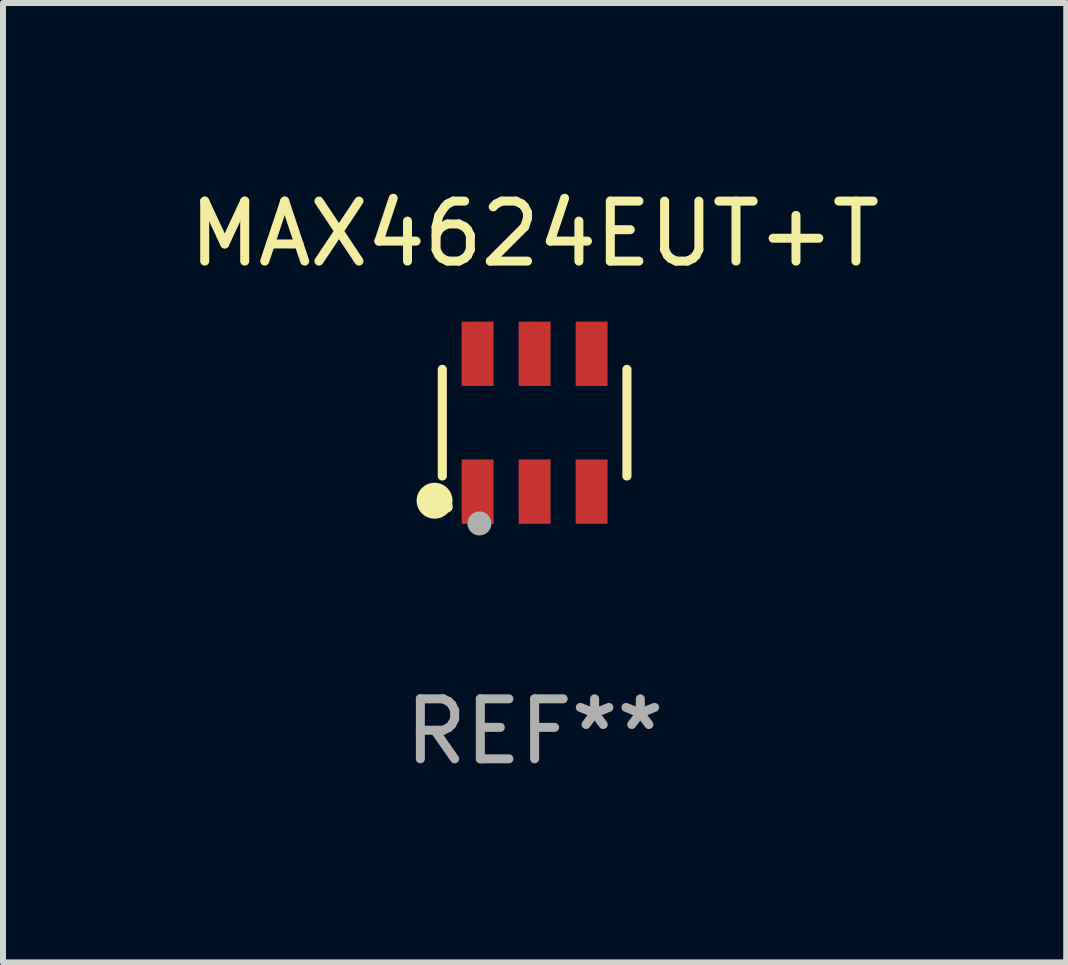
<source format=kicad_pcb>
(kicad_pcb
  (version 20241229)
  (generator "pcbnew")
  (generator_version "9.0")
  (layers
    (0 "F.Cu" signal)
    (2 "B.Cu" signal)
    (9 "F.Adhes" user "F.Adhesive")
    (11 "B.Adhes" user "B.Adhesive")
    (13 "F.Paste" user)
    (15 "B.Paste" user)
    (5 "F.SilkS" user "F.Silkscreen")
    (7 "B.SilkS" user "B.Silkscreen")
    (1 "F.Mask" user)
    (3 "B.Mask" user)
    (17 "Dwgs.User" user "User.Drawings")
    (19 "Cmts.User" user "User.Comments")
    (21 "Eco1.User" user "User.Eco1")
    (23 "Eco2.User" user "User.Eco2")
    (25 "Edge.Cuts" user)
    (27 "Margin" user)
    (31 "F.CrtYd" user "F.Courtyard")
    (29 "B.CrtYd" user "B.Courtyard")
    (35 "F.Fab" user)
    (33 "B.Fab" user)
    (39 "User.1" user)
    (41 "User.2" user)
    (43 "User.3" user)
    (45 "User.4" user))
  (footprint "MAX4624EUT+T"
    (layer "F.Cu")
    (at 5.863 3.997)
    (property "Reference" "MAX4624EUT+T" (at 0 -3.149 0) (layer "F.SilkS") (effects (font (size 1 1) (thickness 0.15))))
    (attr through_hole)
    (fp_line (start -1.539 0.889) (end -1.539 -0.889) (stroke (width 0.152) (type solid)) (layer "F.SilkS"))
    (fp_line (start 1.539 0.889) (end 1.539 -0.889) (stroke (width 0.152) (type solid)) (layer "F.SilkS"))
    (fp_circle (center -1.668 1.301) (end -1.518 1.301) (stroke (width 0.3) (type solid)) (fill no) (layer "F.SilkS"))
    (fp_circle (center -1.463 1.4) (end -1.413 1.4) (stroke (width 0.1) (type solid)) (fill no) (layer "F.SilkS"))
    (fp_circle (center -0.92 1.68) (end -0.82 1.68) (stroke (width 0.2) (type solid)) (fill no) (layer "F.Fab"))
    (fp_text user "REF**" (at 0 5.149 0) (layer "F.Fab") (effects (font (size 1 1) (thickness 0.15))))
    (pad "1" smd rect (at -0.95 1.149) (size 0.532 1.072) (layers "F.Cu" "F.Mask" "F.Paste"))
    (pad "2" smd rect (at 0 1.149) (size 0.532 1.072) (layers "F.Cu" "F.Mask" "F.Paste"))
    (pad "3" smd rect (at 0.95 1.149) (size 0.532 1.072) (layers "F.Cu" "F.Mask" "F.Paste"))
    (pad "4" smd rect (at 0.95 -1.149) (size 0.532 1.072) (layers "F.Cu" "F.Mask" "F.Paste"))
    (pad "5" smd rect (at 0 -1.149) (size 0.532 1.072) (layers "F.Cu" "F.Mask" "F.Paste"))
    (pad "6" smd rect (at -0.95 -1.149) (size 0.532 1.072) (layers "F.Cu" "F.Mask" "F.Paste")))
  (gr_rect
    (start -3 -3)
    (end 14.726 12.995)
    (stroke (width 0.1) (type default))
    (fill no)
    (layer "Edge.Cuts")))
</source>
